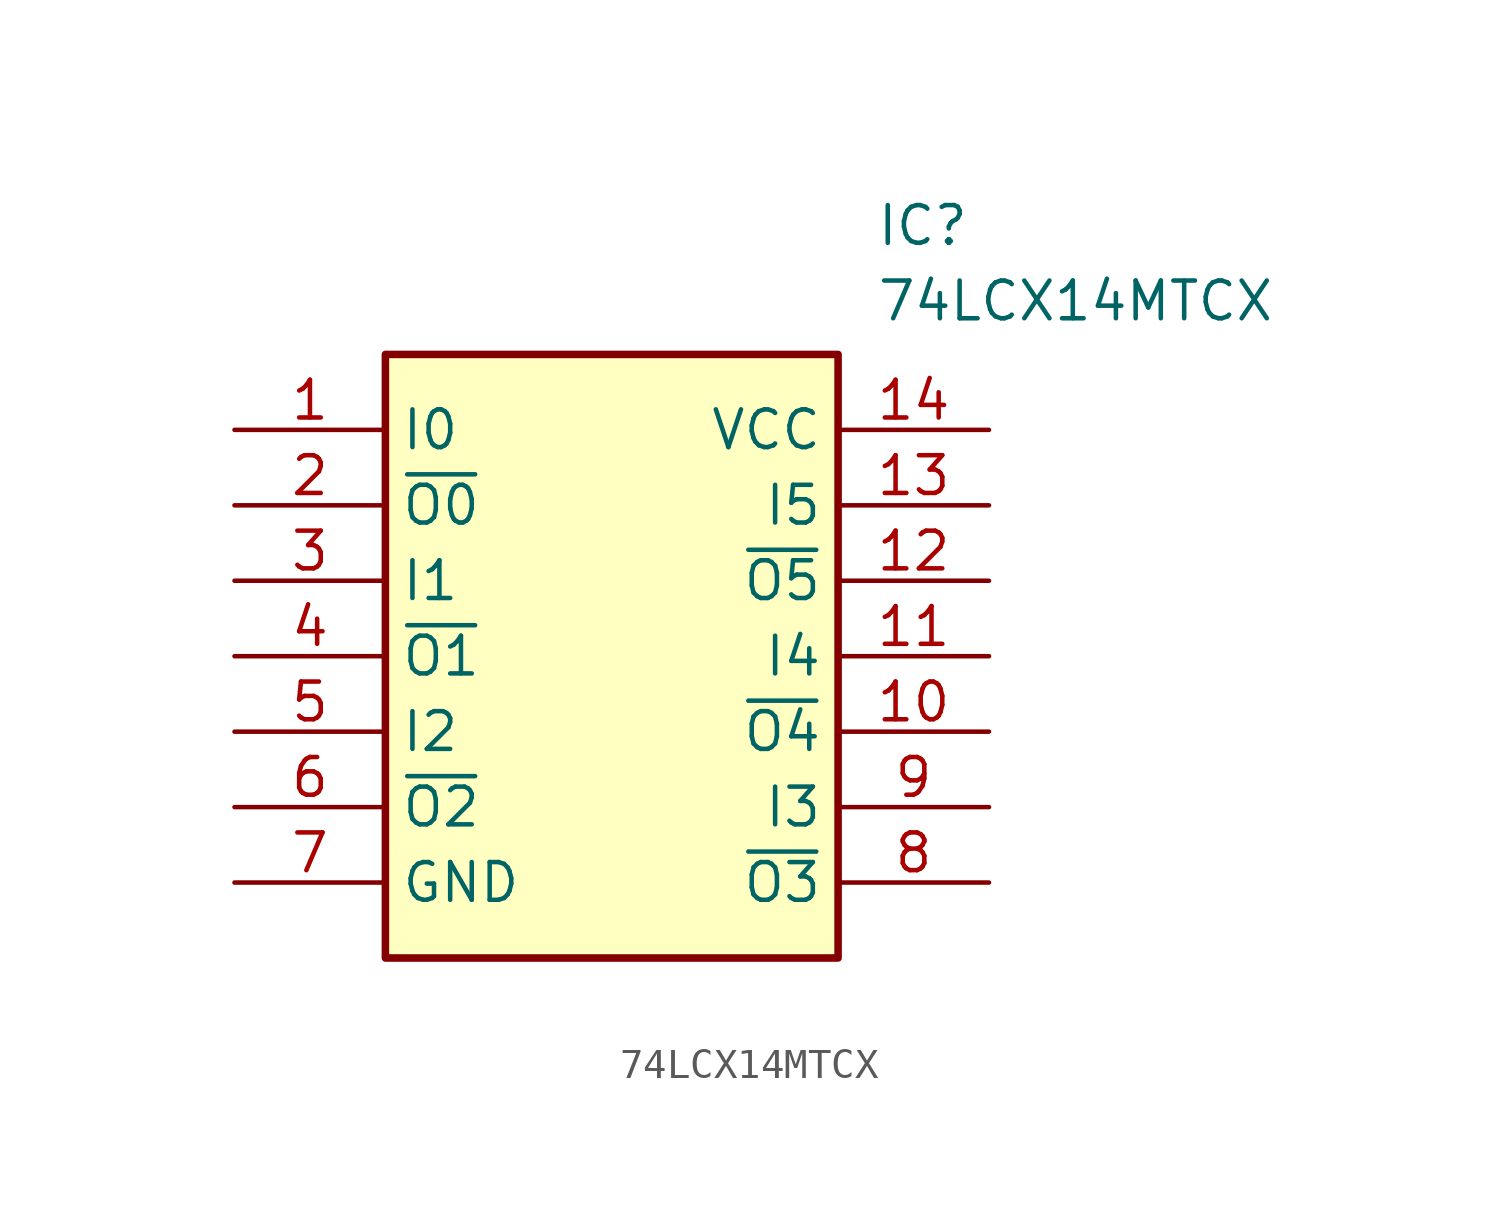
<source format=kicad_sym>
(kicad_symbol_lib
  (version 20211014)
  (generator SamacSys_ECAD_Model)
  (symbol "74LCX14MTCX"
    (property "Reference" "IC"
      (at 21.59 7.62 0)
      (effects (font (size 1.27 1.27)) (justify left top)))
    (property "Value" "74LCX14MTCX"
      (at 21.59 5.08 0)
      (effects (font (size 1.27 1.27)) (justify left top)))
    (rectangle
      (start 5.08 2.54)
      (end 20.32 -17.78)
      (stroke (width 0.254) (type default))
      (fill (type background)))
    (pin passive line
      (at 0 0 0)
      (length 5.08)
      (name "I0" (effects (font (size 1.27 1.27))))
      (number "1" (effects (font (size 1.27 1.27)))))
    (pin passive line
      (at 0 -2.54 0)
      (length 5.08)
      (name "~{O0}" (effects (font (size 1.27 1.27))))
      (number "2" (effects (font (size 1.27 1.27)))))
    (pin passive line
      (at 0 -5.08 0)
      (length 5.08)
      (name "I1" (effects (font (size 1.27 1.27))))
      (number "3" (effects (font (size 1.27 1.27)))))
    (pin passive line
      (at 0 -7.62 0)
      (length 5.08)
      (name "~{O1}" (effects (font (size 1.27 1.27))))
      (number "4" (effects (font (size 1.27 1.27)))))
    (pin passive line
      (at 0 -10.16 0)
      (length 5.08)
      (name "I2" (effects (font (size 1.27 1.27))))
      (number "5" (effects (font (size 1.27 1.27)))))
    (pin passive line
      (at 0 -12.7 0)
      (length 5.08)
      (name "~{O2}" (effects (font (size 1.27 1.27))))
      (number "6" (effects (font (size 1.27 1.27)))))
    (pin passive line
      (at 0 -15.24 0)
      (length 5.08)
      (name "GND" (effects (font (size 1.27 1.27))))
      (number "7" (effects (font (size 1.27 1.27)))))
    (pin passive line
      (at 25.4 0 180)
      (length 5.08)
      (name "VCC" (effects (font (size 1.27 1.27))))
      (number "14" (effects (font (size 1.27 1.27)))))
    (pin passive line
      (at 25.4 -2.54 180)
      (length 5.08)
      (name "I5" (effects (font (size 1.27 1.27))))
      (number "13" (effects (font (size 1.27 1.27)))))
    (pin passive line
      (at 25.4 -5.08 180)
      (length 5.08)
      (name "~{O5}" (effects (font (size 1.27 1.27))))
      (number "12" (effects (font (size 1.27 1.27)))))
    (pin passive line
      (at 25.4 -7.62 180)
      (length 5.08)
      (name "I4" (effects (font (size 1.27 1.27))))
      (number "11" (effects (font (size 1.27 1.27)))))
    (pin passive line
      (at 25.4 -10.16 180)
      (length 5.08)
      (name "~{O4}" (effects (font (size 1.27 1.27))))
      (number "10" (effects (font (size 1.27 1.27)))))
    (pin passive line
      (at 25.4 -12.7 180)
      (length 5.08)
      (name "I3" (effects (font (size 1.27 1.27))))
      (number "9" (effects (font (size 1.27 1.27)))))
    (pin passive line
      (at 25.4 -15.24 180)
      (length 5.08)
      (name "~{O3}" (effects (font (size 1.27 1.27))))
      (number "8" (effects (font (size 1.27 1.27)))))))
</source>
